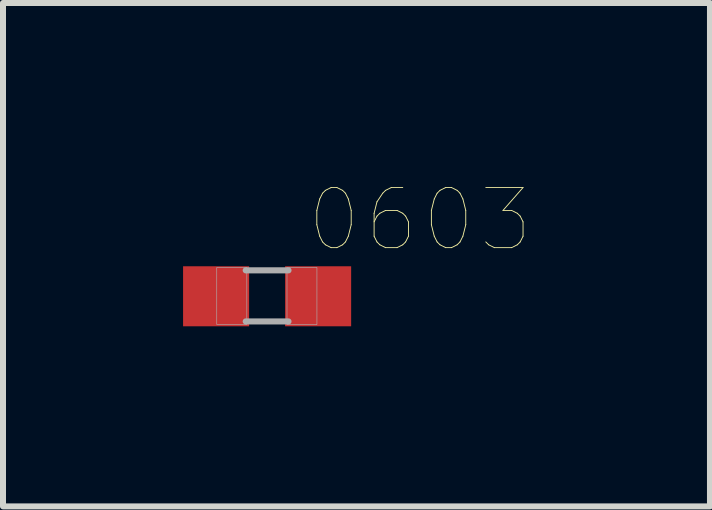
<source format=kicad_pcb>
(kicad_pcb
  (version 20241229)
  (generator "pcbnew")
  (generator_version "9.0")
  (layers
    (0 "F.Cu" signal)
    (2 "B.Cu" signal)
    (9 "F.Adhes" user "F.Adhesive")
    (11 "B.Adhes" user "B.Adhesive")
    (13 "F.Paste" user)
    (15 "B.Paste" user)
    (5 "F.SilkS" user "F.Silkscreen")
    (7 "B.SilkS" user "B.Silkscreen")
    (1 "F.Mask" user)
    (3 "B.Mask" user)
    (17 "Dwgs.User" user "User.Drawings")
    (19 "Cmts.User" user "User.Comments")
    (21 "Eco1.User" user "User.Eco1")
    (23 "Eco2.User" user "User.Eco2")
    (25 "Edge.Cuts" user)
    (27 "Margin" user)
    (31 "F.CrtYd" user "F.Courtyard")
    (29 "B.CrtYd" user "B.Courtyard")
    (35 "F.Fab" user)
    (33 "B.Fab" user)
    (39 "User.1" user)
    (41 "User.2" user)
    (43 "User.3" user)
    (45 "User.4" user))
  (footprint "0603"
    (layer "F.Cu")
    (at 1.4 1.886)
    (property "Reference" "0603" (at 2.546 -1.273 0) (layer "F.SilkS") (effects (font (size 1.002 1.002) (thickness 0.015))))
    (attr through_hole)
    (fp_line (start -0.356 -0.432) (end 0.356 -0.432) (stroke (width 0.102) (type solid)) (layer "F.Fab"))
    (fp_line (start -0.356 0.419) (end 0.356 0.419) (stroke (width 0.102) (type solid)) (layer "F.Fab"))
    (fp_poly (pts (xy -0.839 -0.48) (xy -0.338 -0.48) (xy -0.338 0.47) (xy -0.839 0.47)) (stroke (width 0.01) (type solid)) (fill no) (layer "F.Fab"))
    (fp_poly (pts (xy 0.331 -0.48) (xy 0.83 -0.48) (xy 0.83 0.471) (xy 0.331 0.471)) (stroke (width 0.01) (type solid)) (fill no) (layer "F.Fab"))
    (pad "1" smd rect (at -0.85 0) (size 1.1 1) (layers "F.Cu" "F.Mask" "F.Paste"))
    (pad "2" smd rect (at 0.85 0) (size 1.1 1) (layers "F.Cu" "F.Mask" "F.Paste")))
  (gr_rect
    (start -3 -3)
    (end 8.778 5.386)
    (stroke (width 0.1) (type default))
    (fill no)
    (layer "Edge.Cuts")))
</source>
